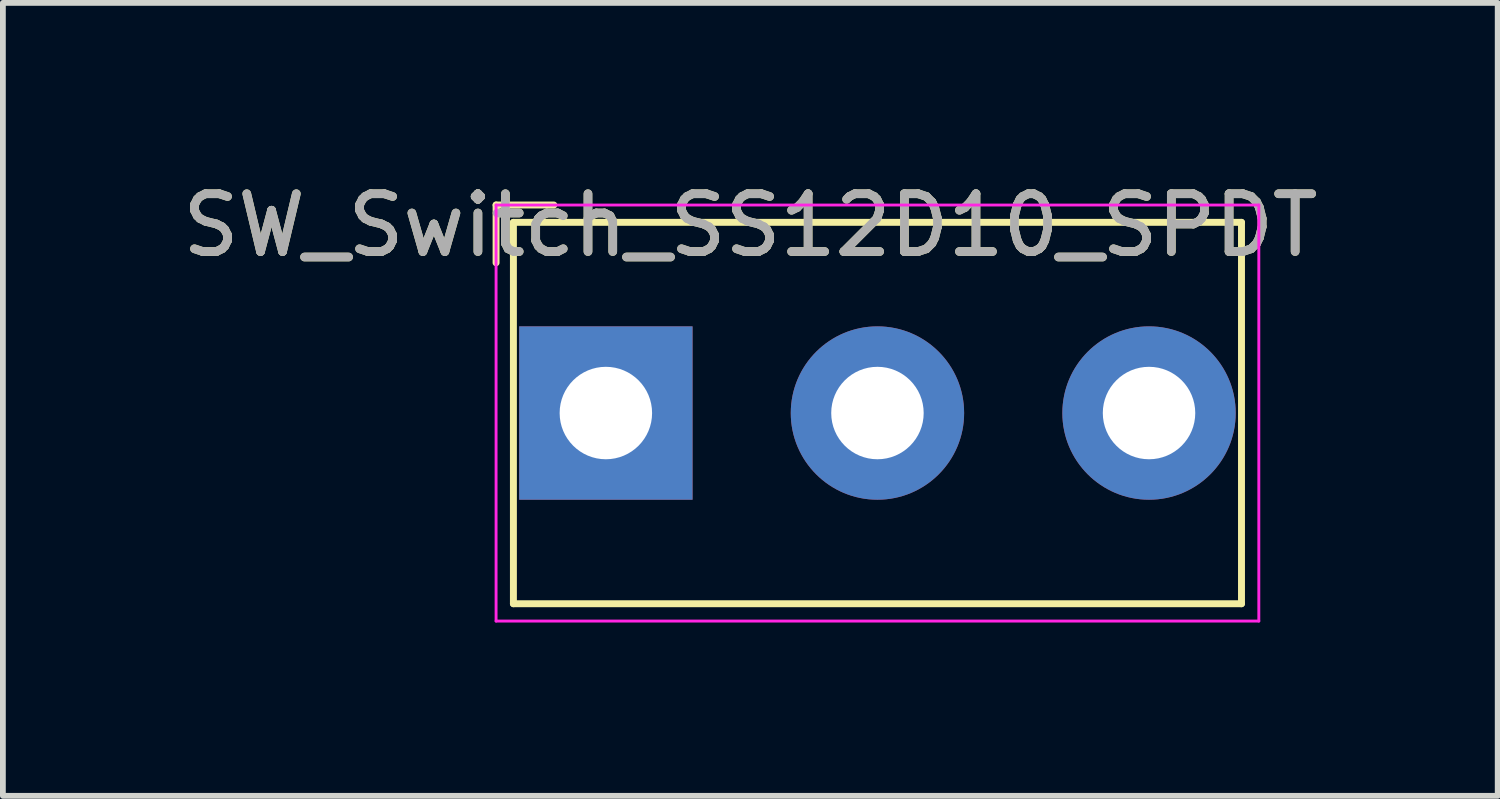
<source format=kicad_pcb>
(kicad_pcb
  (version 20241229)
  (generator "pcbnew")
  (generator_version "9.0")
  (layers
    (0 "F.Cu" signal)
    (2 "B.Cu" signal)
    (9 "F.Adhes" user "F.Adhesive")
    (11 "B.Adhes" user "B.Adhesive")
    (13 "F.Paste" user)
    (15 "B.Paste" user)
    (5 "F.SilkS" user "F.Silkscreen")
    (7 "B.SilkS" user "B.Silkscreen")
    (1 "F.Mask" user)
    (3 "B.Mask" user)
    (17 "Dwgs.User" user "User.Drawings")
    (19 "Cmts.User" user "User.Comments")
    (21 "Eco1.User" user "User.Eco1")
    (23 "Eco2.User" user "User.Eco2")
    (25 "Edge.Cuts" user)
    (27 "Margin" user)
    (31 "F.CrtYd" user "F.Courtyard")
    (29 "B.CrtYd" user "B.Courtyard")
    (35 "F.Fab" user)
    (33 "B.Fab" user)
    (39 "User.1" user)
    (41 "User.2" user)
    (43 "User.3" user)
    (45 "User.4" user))
  (footprint "SW_Switch_SS12D10_SPDT"
    (layer "F.Cu")
    (at 7.435 4.098)
    (property "Reference" "SW_Switch_SS12D10_SPDT" (at 2.5 -3.25 0) (layer "F.SilkS") (effects (font (size 1 1) (thickness 0.15))))
    (attr through_hole)
    (fp_line (start -1.9 -3.6) (end -0.9 -3.6) (stroke (width 0.12) (type solid)) (layer "F.SilkS"))
    (fp_line (start -1.9 -2.6) (end -1.9 -3.6) (stroke (width 0.12) (type solid)) (layer "F.SilkS"))
    (fp_line (start -1.6 -3.3) (end 11 -3.3) (stroke (width 0.12) (type solid)) (layer "F.SilkS"))
    (fp_line (start -1.6 3.3) (end -1.6 -3.3) (stroke (width 0.12) (type solid)) (layer "F.SilkS"))
    (fp_line (start 11 -3.3) (end 11 3.3) (stroke (width 0.12) (type solid)) (layer "F.SilkS"))
    (fp_line (start 11 3.3) (end -1.6 3.3) (stroke (width 0.12) (type solid)) (layer "F.SilkS"))
    (fp_line (start -1.9 -3.6) (end 11.3 -3.6) (stroke (width 0.05) (type solid)) (layer "F.CrtYd"))
    (fp_line (start -1.9 3.6) (end -1.9 -3.6) (stroke (width 0.05) (type solid)) (layer "F.CrtYd"))
    (fp_line (start 11.3 -3.6) (end 11.3 3.6) (stroke (width 0.05) (type solid)) (layer "F.CrtYd"))
    (fp_line (start 11.3 3.6) (end -1.9 3.6) (stroke (width 0.05) (type solid)) (layer "F.CrtYd"))
    (fp_text user "${REFERENCE}" (at 2.5 -3.25 0) (layer "F.Fab") (effects (font (size 1 1) (thickness 0.15))))
    (pad "1" thru_hole rect (at 0 0) (size 3 3) (drill 1.6) (layers "*.Cu" "*.Mask"))
    (pad "2" thru_hole circle (at 4.7 0) (size 3 3) (drill 1.6) (layers "*.Cu" "*.Mask"))
    (pad "3" thru_hole circle (at 9.4 0) (size 3 3) (drill 1.6) (layers "*.Cu" "*.Mask")))
  (gr_rect
    (start -3 -3)
    (end 22.869 10.723)
    (stroke (width 0.1) (type default))
    (fill no)
    (layer "Edge.Cuts")))
</source>
